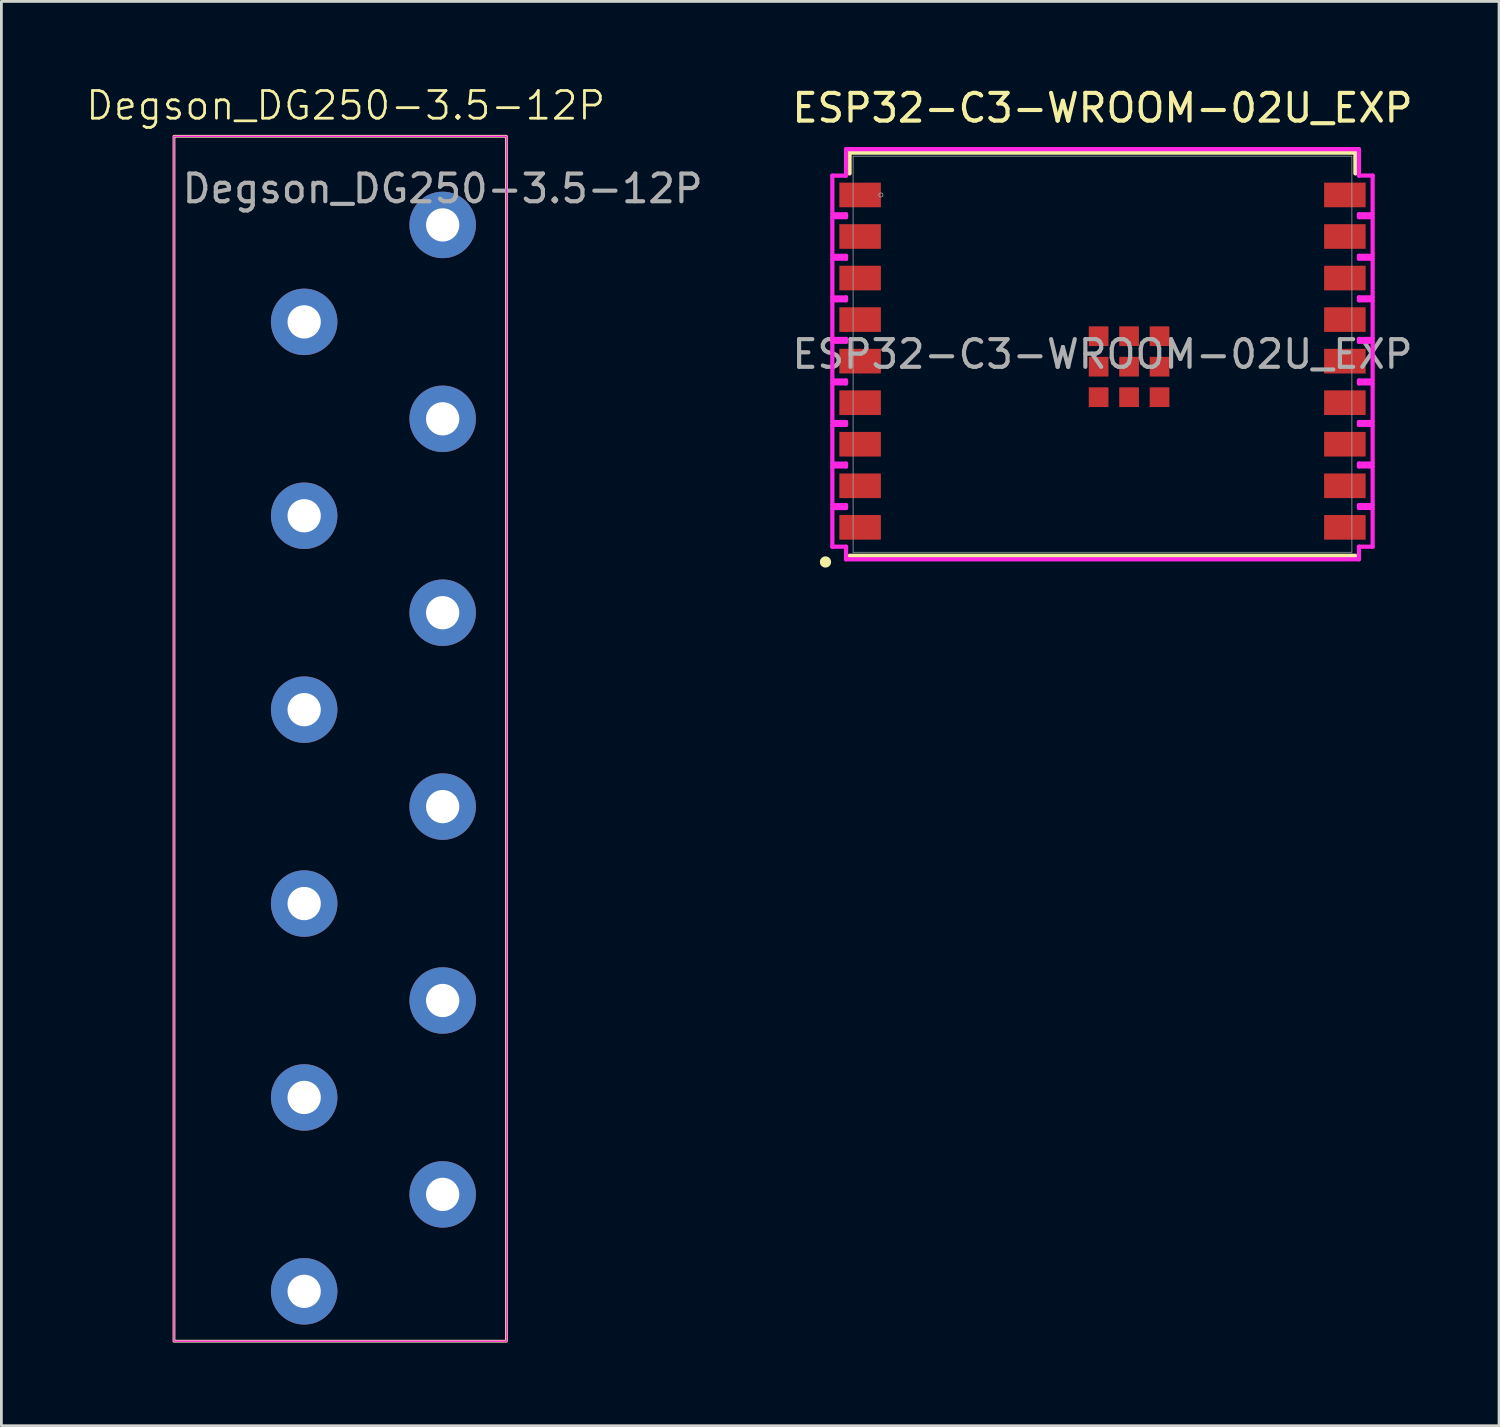
<source format=kicad_pcb>
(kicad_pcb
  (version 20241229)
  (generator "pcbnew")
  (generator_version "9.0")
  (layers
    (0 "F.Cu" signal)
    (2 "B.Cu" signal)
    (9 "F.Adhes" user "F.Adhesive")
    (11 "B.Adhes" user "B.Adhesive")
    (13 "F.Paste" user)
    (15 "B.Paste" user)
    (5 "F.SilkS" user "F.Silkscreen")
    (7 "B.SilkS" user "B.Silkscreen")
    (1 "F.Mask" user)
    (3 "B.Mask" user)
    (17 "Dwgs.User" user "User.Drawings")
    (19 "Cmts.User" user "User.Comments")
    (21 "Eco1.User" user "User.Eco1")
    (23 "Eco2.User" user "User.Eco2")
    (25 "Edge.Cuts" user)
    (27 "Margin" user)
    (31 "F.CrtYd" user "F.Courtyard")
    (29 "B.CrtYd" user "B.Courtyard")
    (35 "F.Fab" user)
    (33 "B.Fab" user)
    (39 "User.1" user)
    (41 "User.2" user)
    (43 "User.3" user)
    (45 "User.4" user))
  (footprint "ESP32-C3-WROOM-02U_EXP"
    (layer "F.Cu")
    (at 36.752 9.738)
    (property "Reference" "ESP32-C3-WROOM-02U_EXP" (at 0 -8.89 0) (unlocked yes) (layer "F.SilkS") (effects (font (size 1 1) (thickness 0.15))))
    (attr smd)
    (fp_line (start -9.131 -7.277) (end 9.131 -7.277) (stroke (width 0.152) (type solid)) (layer "F.SilkS"))
    (fp_line (start -9.131 -6.527) (end -9.131 -7.277) (stroke (width 0.152) (type solid)) (layer "F.SilkS"))
    (fp_line (start 9.131 -7.277) (end 9.131 -6.527) (stroke (width 0.152) (type solid)) (layer "F.SilkS"))
    (fp_line (start 9.131 7.277) (end -9.131 7.277) (stroke (width 0.152) (type solid)) (layer "F.SilkS"))
    (fp_circle (center -10 7.5) (end -9.873 7.5) (stroke (width 0.152) (type solid)) (fill yes) (layer "F.SilkS"))
    (fp_line (start -9.753 -6.448) (end -9.753 -5.051) (stroke (width 0.152) (type solid)) (layer "F.CrtYd"))
    (fp_line (start -9.753 -5.051) (end -9.258 -5.051) (stroke (width 0.152) (type solid)) (layer "F.CrtYd"))
    (fp_line (start -9.753 -4.948) (end -9.753 -3.551) (stroke (width 0.152) (type solid)) (layer "F.CrtYd"))
    (fp_line (start -9.753 -3.551) (end -9.258 -3.551) (stroke (width 0.152) (type solid)) (layer "F.CrtYd"))
    (fp_line (start -9.753 -3.448) (end -9.753 -2.051) (stroke (width 0.152) (type solid)) (layer "F.CrtYd"))
    (fp_line (start -9.753 -2.051) (end -9.258 -2.051) (stroke (width 0.152) (type solid)) (layer "F.CrtYd"))
    (fp_line (start -9.753 -1.948) (end -9.753 -0.551) (stroke (width 0.152) (type solid)) (layer "F.CrtYd"))
    (fp_line (start -9.753 -0.551) (end -9.258 -0.551) (stroke (width 0.152) (type solid)) (layer "F.CrtYd"))
    (fp_line (start -9.753 -0.449) (end -9.753 0.949) (stroke (width 0.152) (type solid)) (layer "F.CrtYd"))
    (fp_line (start -9.753 0.949) (end -9.258 0.949) (stroke (width 0.152) (type solid)) (layer "F.CrtYd"))
    (fp_line (start -9.753 1.052) (end -9.753 2.449) (stroke (width 0.152) (type solid)) (layer "F.CrtYd"))
    (fp_line (start -9.753 2.449) (end -9.258 2.449) (stroke (width 0.152) (type solid)) (layer "F.CrtYd"))
    (fp_line (start -9.753 2.552) (end -9.753 3.949) (stroke (width 0.152) (type solid)) (layer "F.CrtYd"))
    (fp_line (start -9.753 3.949) (end -9.258 3.949) (stroke (width 0.152) (type solid)) (layer "F.CrtYd"))
    (fp_line (start -9.753 4.052) (end -9.753 5.449) (stroke (width 0.152) (type solid)) (layer "F.CrtYd"))
    (fp_line (start -9.753 5.449) (end -9.258 5.449) (stroke (width 0.152) (type solid)) (layer "F.CrtYd"))
    (fp_line (start -9.753 5.552) (end -9.753 6.949) (stroke (width 0.152) (type solid)) (layer "F.CrtYd"))
    (fp_line (start -9.753 6.949) (end -9.258 6.949) (stroke (width 0.152) (type solid)) (layer "F.CrtYd"))
    (fp_line (start -9.258 -7.404) (end -9.258 -6.448) (stroke (width 0.152) (type solid)) (layer "F.CrtYd"))
    (fp_line (start -9.258 -6.448) (end -9.753 -6.448) (stroke (width 0.152) (type solid)) (layer "F.CrtYd"))
    (fp_line (start -9.258 -5.051) (end -9.258 -4.948) (stroke (width 0.152) (type solid)) (layer "F.CrtYd"))
    (fp_line (start -9.258 -4.948) (end -9.753 -4.948) (stroke (width 0.152) (type solid)) (layer "F.CrtYd"))
    (fp_line (start -9.258 -3.551) (end -9.258 -3.448) (stroke (width 0.152) (type solid)) (layer "F.CrtYd"))
    (fp_line (start -9.258 -3.448) (end -9.753 -3.448) (stroke (width 0.152) (type solid)) (layer "F.CrtYd"))
    (fp_line (start -9.258 -2.051) (end -9.258 -1.948) (stroke (width 0.152) (type solid)) (layer "F.CrtYd"))
    (fp_line (start -9.258 -1.948) (end -9.753 -1.948) (stroke (width 0.152) (type solid)) (layer "F.CrtYd"))
    (fp_line (start -9.258 -0.551) (end -9.258 -0.449) (stroke (width 0.152) (type solid)) (layer "F.CrtYd"))
    (fp_line (start -9.258 -0.449) (end -9.753 -0.449) (stroke (width 0.152) (type solid)) (layer "F.CrtYd"))
    (fp_line (start -9.258 0.949) (end -9.258 1.052) (stroke (width 0.152) (type solid)) (layer "F.CrtYd"))
    (fp_line (start -9.258 1.052) (end -9.753 1.052) (stroke (width 0.152) (type solid)) (layer "F.CrtYd"))
    (fp_line (start -9.258 2.449) (end -9.258 2.552) (stroke (width 0.152) (type solid)) (layer "F.CrtYd"))
    (fp_line (start -9.258 2.552) (end -9.753 2.552) (stroke (width 0.152) (type solid)) (layer "F.CrtYd"))
    (fp_line (start -9.258 3.949) (end -9.258 4.052) (stroke (width 0.152) (type solid)) (layer "F.CrtYd"))
    (fp_line (start -9.258 4.052) (end -9.753 4.052) (stroke (width 0.152) (type solid)) (layer "F.CrtYd"))
    (fp_line (start -9.258 5.449) (end -9.258 5.552) (stroke (width 0.152) (type solid)) (layer "F.CrtYd"))
    (fp_line (start -9.258 5.552) (end -9.753 5.552) (stroke (width 0.152) (type solid)) (layer "F.CrtYd"))
    (fp_line (start -9.258 6.949) (end -9.258 7.404) (stroke (width 0.152) (type solid)) (layer "F.CrtYd"))
    (fp_line (start -9.258 7.404) (end 9.258 7.404) (stroke (width 0.152) (type solid)) (layer "F.CrtYd"))
    (fp_line (start 9.258 -7.404) (end -9.258 -7.404) (stroke (width 0.152) (type solid)) (layer "F.CrtYd"))
    (fp_line (start 9.258 -6.449) (end 9.258 -7.404) (stroke (width 0.152) (type solid)) (layer "F.CrtYd"))
    (fp_line (start 9.258 -5.052) (end 9.753 -5.052) (stroke (width 0.152) (type solid)) (layer "F.CrtYd"))
    (fp_line (start 9.258 -4.949) (end 9.258 -5.052) (stroke (width 0.152) (type solid)) (layer "F.CrtYd"))
    (fp_line (start 9.258 -3.552) (end 9.753 -3.552) (stroke (width 0.152) (type solid)) (layer "F.CrtYd"))
    (fp_line (start 9.258 -3.449) (end 9.258 -3.552) (stroke (width 0.152) (type solid)) (layer "F.CrtYd"))
    (fp_line (start 9.258 -2.052) (end 9.753 -2.052) (stroke (width 0.152) (type solid)) (layer "F.CrtYd"))
    (fp_line (start 9.258 -1.948) (end 9.258 -2.052) (stroke (width 0.152) (type solid)) (layer "F.CrtYd"))
    (fp_line (start 9.258 -0.551) (end 9.753 -0.551) (stroke (width 0.152) (type solid)) (layer "F.CrtYd"))
    (fp_line (start 9.258 -0.449) (end 9.258 -0.551) (stroke (width 0.152) (type solid)) (layer "F.CrtYd"))
    (fp_line (start 9.258 0.949) (end 9.753 0.949) (stroke (width 0.152) (type solid)) (layer "F.CrtYd"))
    (fp_line (start 9.258 1.052) (end 9.258 0.949) (stroke (width 0.152) (type solid)) (layer "F.CrtYd"))
    (fp_line (start 9.258 2.449) (end 9.753 2.449) (stroke (width 0.152) (type solid)) (layer "F.CrtYd"))
    (fp_line (start 9.258 2.551) (end 9.258 2.449) (stroke (width 0.152) (type solid)) (layer "F.CrtYd"))
    (fp_line (start 9.258 3.948) (end 9.753 3.948) (stroke (width 0.152) (type solid)) (layer "F.CrtYd"))
    (fp_line (start 9.258 4.051) (end 9.258 3.948) (stroke (width 0.152) (type solid)) (layer "F.CrtYd"))
    (fp_line (start 9.258 5.448) (end 9.753 5.448) (stroke (width 0.152) (type solid)) (layer "F.CrtYd"))
    (fp_line (start 9.258 5.551) (end 9.258 5.448) (stroke (width 0.152) (type solid)) (layer "F.CrtYd"))
    (fp_line (start 9.258 6.948) (end 9.753 6.948) (stroke (width 0.152) (type solid)) (layer "F.CrtYd"))
    (fp_line (start 9.258 7.404) (end 9.258 6.948) (stroke (width 0.152) (type solid)) (layer "F.CrtYd"))
    (fp_line (start 9.753 -6.449) (end 9.258 -6.449) (stroke (width 0.152) (type solid)) (layer "F.CrtYd"))
    (fp_line (start 9.753 -5.052) (end 9.753 -6.449) (stroke (width 0.152) (type solid)) (layer "F.CrtYd"))
    (fp_line (start 9.753 -4.949) (end 9.258 -4.949) (stroke (width 0.152) (type solid)) (layer "F.CrtYd"))
    (fp_line (start 9.753 -3.552) (end 9.753 -4.949) (stroke (width 0.152) (type solid)) (layer "F.CrtYd"))
    (fp_line (start 9.753 -3.449) (end 9.258 -3.449) (stroke (width 0.152) (type solid)) (layer "F.CrtYd"))
    (fp_line (start 9.753 -2.052) (end 9.753 -3.449) (stroke (width 0.152) (type solid)) (layer "F.CrtYd"))
    (fp_line (start 9.753 -1.948) (end 9.258 -1.948) (stroke (width 0.152) (type solid)) (layer "F.CrtYd"))
    (fp_line (start 9.753 -0.551) (end 9.753 -1.948) (stroke (width 0.152) (type solid)) (layer "F.CrtYd"))
    (fp_line (start 9.753 -0.449) (end 9.258 -0.449) (stroke (width 0.152) (type solid)) (layer "F.CrtYd"))
    (fp_line (start 9.753 0.949) (end 9.753 -0.449) (stroke (width 0.152) (type solid)) (layer "F.CrtYd"))
    (fp_line (start 9.753 1.052) (end 9.258 1.052) (stroke (width 0.152) (type solid)) (layer "F.CrtYd"))
    (fp_line (start 9.753 2.449) (end 9.753 1.052) (stroke (width 0.152) (type solid)) (layer "F.CrtYd"))
    (fp_line (start 9.753 2.551) (end 9.258 2.551) (stroke (width 0.152) (type solid)) (layer "F.CrtYd"))
    (fp_line (start 9.753 3.948) (end 9.753 2.551) (stroke (width 0.152) (type solid)) (layer "F.CrtYd"))
    (fp_line (start 9.753 4.051) (end 9.258 4.051) (stroke (width 0.152) (type solid)) (layer "F.CrtYd"))
    (fp_line (start 9.753 5.448) (end 9.753 4.051) (stroke (width 0.152) (type solid)) (layer "F.CrtYd"))
    (fp_line (start 9.753 5.551) (end 9.258 5.551) (stroke (width 0.152) (type solid)) (layer "F.CrtYd"))
    (fp_line (start 9.753 6.948) (end 9.753 5.551) (stroke (width 0.152) (type solid)) (layer "F.CrtYd"))
    (fp_line (start -9.004 -7.15) (end -9.004 7.15) (stroke (width 0.025) (type solid)) (layer "F.Fab"))
    (fp_line (start -9.004 7.15) (end 9.004 7.15) (stroke (width 0.025) (type solid)) (layer "F.Fab"))
    (fp_line (start 9.004 -7.15) (end -9.004 -7.15) (stroke (width 0.025) (type solid)) (layer "F.Fab"))
    (fp_line (start 9.004 7.15) (end 9.004 -7.15) (stroke (width 0.025) (type solid)) (layer "F.Fab"))
    (fp_circle (center -8.001 -5.75) (end -7.925 -5.75) (stroke (width 0.025) (type solid)) (fill no) (layer "F.Fab"))
    (fp_text user "${REFERENCE}" (at 0 0 0) (unlocked yes) (layer "F.Fab") (effects (font (size 1 1) (thickness 0.15))))
    (pad "1" smd rect (at -8.75 -5.75) (size 1.499 0.889) (layers "F.Cu" "F.Mask" "F.Paste"))
    (pad "2" smd rect (at -8.75 -4.25) (size 1.499 0.889) (layers "F.Cu" "F.Mask" "F.Paste"))
    (pad "3" smd rect (at -8.75 -2.75) (size 1.499 0.889) (layers "F.Cu" "F.Mask" "F.Paste"))
    (pad "4" smd rect (at -8.75 -1.25) (size 1.499 0.889) (layers "F.Cu" "F.Mask" "F.Paste"))
    (pad "5" smd rect (at -8.75 0.25) (size 1.499 0.889) (layers "F.Cu" "F.Mask" "F.Paste"))
    (pad "6" smd rect (at -8.75 1.75) (size 1.499 0.889) (layers "F.Cu" "F.Mask" "F.Paste"))
    (pad "7" smd rect (at -8.75 3.25) (size 1.499 0.889) (layers "F.Cu" "F.Mask" "F.Paste"))
    (pad "8" smd rect (at -8.75 4.75) (size 1.499 0.889) (layers "F.Cu" "F.Mask" "F.Paste"))
    (pad "9" smd rect (at -8.75 6.25) (size 1.499 0.889) (layers "F.Cu" "F.Mask" "F.Paste"))
    (pad "10" smd rect (at 8.75 6.25) (size 1.499 0.889) (layers "F.Cu" "F.Mask" "F.Paste"))
    (pad "11" smd rect (at 8.75 4.75) (size 1.499 0.889) (layers "F.Cu" "F.Mask" "F.Paste"))
    (pad "12" smd rect (at 8.75 3.25) (size 1.499 0.889) (layers "F.Cu" "F.Mask" "F.Paste"))
    (pad "13" smd rect (at 8.75 1.75) (size 1.499 0.889) (layers "F.Cu" "F.Mask" "F.Paste"))
    (pad "14" smd rect (at 8.75 0.25) (size 1.499 0.889) (layers "F.Cu" "F.Mask" "F.Paste"))
    (pad "15" smd rect (at 8.75 -1.25) (size 1.499 0.889) (layers "F.Cu" "F.Mask" "F.Paste"))
    (pad "16" smd rect (at 8.75 -2.75) (size 1.499 0.889) (layers "F.Cu" "F.Mask" "F.Paste"))
    (pad "17" smd rect (at 8.75 -4.25) (size 1.499 0.889) (layers "F.Cu" "F.Mask" "F.Paste"))
    (pad "18" smd rect (at 8.75 -5.75) (size 1.499 0.889) (layers "F.Cu" "F.Mask" "F.Paste"))
    (pad "EPAD" smd rect (at -0.14 -0.65) (size 0.711 0.711) (layers "F.Cu" "F.Mask" "F.Paste"))
    (pad "EPAD" smd rect (at -0.14 0.45) (size 0.711 0.711) (layers "F.Cu" "F.Mask" "F.Paste"))
    (pad "EPAD" smd rect (at -0.14 1.55) (size 0.711 0.711) (layers "F.Cu" "F.Mask" "F.Paste"))
    (pad "EPAD" smd rect (at 0.96 -0.65) (size 0.711 0.711) (layers "F.Cu" "F.Mask" "F.Paste"))
    (pad "EPAD" smd rect (at 0.96 0.45) (size 0.711 0.711) (layers "F.Cu" "F.Mask" "F.Paste"))
    (pad "EPAD" smd rect (at 0.96 1.55) (size 0.711 0.711) (layers "F.Cu" "F.Mask" "F.Paste"))
    (pad "EPAD" smd rect (at 2.06 -0.65) (size 0.711 0.711) (layers "F.Cu" "F.Mask" "F.Paste"))
    (pad "EPAD" smd rect (at 2.06 0.45) (size 0.711 0.711) (layers "F.Cu" "F.Mask" "F.Paste"))
    (pad "EPAD" smd rect (at 2.06 1.55) (size 0.711 0.711) (layers "F.Cu" "F.Mask" "F.Paste")))
  (footprint "Degson_DG250-3.5-12P"
    (layer "F.Cu")
    (at 12.931 1.26)
    (property "Reference" "Degson_DG250-3.5-12P" (at -3.5 -0.5 0) (unlocked yes) (layer "F.SilkS") (effects (font (size 1 1) (thickness 0.1))))
    (attr through_hole)
    (fp_rect (start -9.7 0.61) (end 2.3 44.11) (stroke (width 0.1) (type default)) (fill no) (layer "F.SilkS"))
    (fp_rect (start -9.7 0.61) (end 2.3 44.11) (stroke (width 0.05) (type default)) (fill no) (layer "F.CrtYd"))
    (fp_text user "${REFERENCE}" (at 0 2.5 0) (unlocked yes) (layer "F.Fab") (effects (font (size 1 1) (thickness 0.15))))
    (pad "1" thru_hole circle (at 0 3.81) (size 2.4 2.4) (drill 1.2) (layers "*.Cu" "*.Mask"))
    (pad "2" thru_hole circle (at -5 7.31) (size 2.4 2.4) (drill 1.2) (layers "*.Cu" "*.Mask"))
    (pad "3" thru_hole circle (at 0 10.81) (size 2.4 2.4) (drill 1.2) (layers "*.Cu" "*.Mask"))
    (pad "4" thru_hole circle (at -5 14.31) (size 2.4 2.4) (drill 1.2) (layers "*.Cu" "*.Mask"))
    (pad "5" thru_hole circle (at 0 17.81) (size 2.4 2.4) (drill 1.2) (layers "*.Cu" "*.Mask"))
    (pad "6" thru_hole circle (at -5 21.31) (size 2.4 2.4) (drill 1.2) (layers "*.Cu" "*.Mask"))
    (pad "7" thru_hole circle (at 0 24.81) (size 2.4 2.4) (drill 1.2) (layers "*.Cu" "*.Mask"))
    (pad "8" thru_hole circle (at -5 28.31) (size 2.4 2.4) (drill 1.2) (layers "*.Cu" "*.Mask"))
    (pad "9" thru_hole circle (at 0 31.81) (size 2.4 2.4) (drill 1.2) (layers "*.Cu" "*.Mask"))
    (pad "10" thru_hole circle (at -5 35.31) (size 2.4 2.4) (drill 1.2) (layers "*.Cu" "*.Mask"))
    (pad "11" thru_hole circle (at 0 38.81) (size 2.4 2.4) (drill 1.2) (layers "*.Cu" "*.Mask"))
    (pad "12" thru_hole circle (at -5 42.31) (size 2.4 2.4) (drill 1.2) (layers "*.Cu" "*.Mask")))
  (gr_rect
    (start -3 -3)
    (end 51.068 48.42)
    (stroke (width 0.1) (type default))
    (fill no)
    (layer "Edge.Cuts")))
</source>
